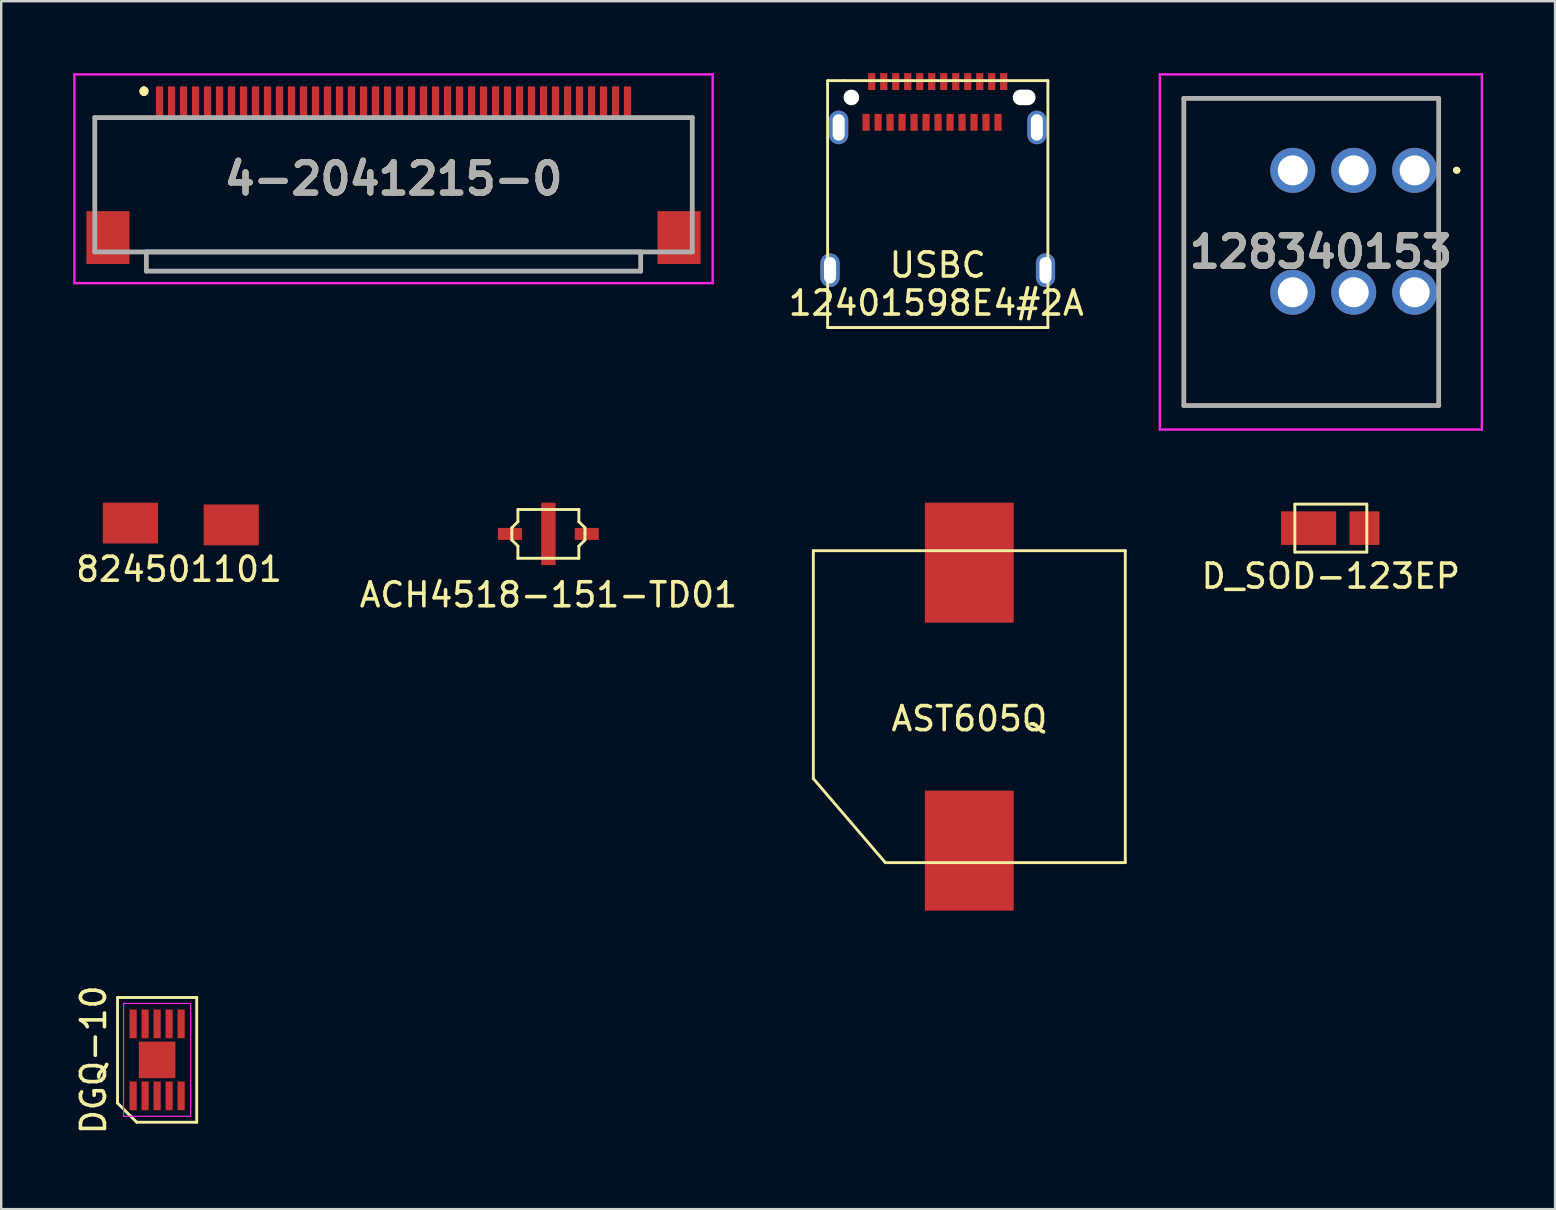
<source format=kicad_pcb>
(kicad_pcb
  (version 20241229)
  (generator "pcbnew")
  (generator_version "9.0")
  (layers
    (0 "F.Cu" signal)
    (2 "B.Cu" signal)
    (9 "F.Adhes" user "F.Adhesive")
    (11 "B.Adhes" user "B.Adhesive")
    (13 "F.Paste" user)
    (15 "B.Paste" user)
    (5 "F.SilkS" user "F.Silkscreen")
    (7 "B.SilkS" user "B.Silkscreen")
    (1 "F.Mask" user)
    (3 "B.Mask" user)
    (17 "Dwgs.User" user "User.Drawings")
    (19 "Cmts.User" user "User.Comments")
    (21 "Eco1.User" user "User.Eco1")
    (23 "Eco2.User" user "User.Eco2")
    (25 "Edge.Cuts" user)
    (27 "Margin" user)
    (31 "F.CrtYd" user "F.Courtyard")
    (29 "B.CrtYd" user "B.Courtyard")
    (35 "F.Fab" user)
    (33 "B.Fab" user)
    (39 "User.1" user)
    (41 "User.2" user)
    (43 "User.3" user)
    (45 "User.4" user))
  (footprint "D_SOD-123EP"
    (layer "F.Cu")
    (at 52.912 18.96)
    (property "Reference" "D_SOD-123EP" (at -0.5 2 0) (layer "F.SilkS") (effects (font (size 1 1) (thickness 0.15))))
    (attr through_hole)
    (fp_line (start -2 -1) (end 1 -1) (stroke (width 0.12) (type solid)) (layer "F.SilkS"))
    (fp_line (start -2 1) (end -2 -1) (stroke (width 0.12) (type solid)) (layer "F.SilkS"))
    (fp_line (start 1 -1) (end 1 1) (stroke (width 0.12) (type solid)) (layer "F.SilkS"))
    (fp_line (start 1 1) (end -2 1) (stroke (width 0.12) (type solid)) (layer "F.SilkS"))
    (pad "1" smd rect (at -1.425 0) (size 2.3 1.4) (layers "F.Cu" "F.Mask" "F.Paste"))
    (pad "2" smd rect (at 0.9 0) (size 1.25 1.4) (layers "F.Cu" "F.Mask" "F.Paste")))
  (footprint "DGQ-10"
    (layer "F.Cu")
    (at 3.498 41.12)
    (property "Reference" "DGQ-10" (at -2.65 0 90) (layer "F.SilkS") (effects (font (size 1 1) (thickness 0.15))))
    (attr smd)
    (fp_line (start -1.65 -2.6) (end 1.65 -2.6) (stroke (width 0.12) (type solid)) (layer "F.SilkS"))
    (fp_line (start -1.65 1.8) (end -1.65 -2.6) (stroke (width 0.12) (type solid)) (layer "F.SilkS"))
    (fp_line (start -0.85 2.6) (end -1.65 1.8) (stroke (width 0.12) (type solid)) (layer "F.SilkS"))
    (fp_line (start 1.65 -2.6) (end 1.65 2.6) (stroke (width 0.12) (type solid)) (layer "F.SilkS"))
    (fp_line (start 1.65 2.6) (end -0.85 2.6) (stroke (width 0.12) (type solid)) (layer "F.SilkS"))
    (fp_line (start -1.4 -2.35) (end 1.4 -2.35) (stroke (width 0.05) (type solid)) (layer "F.CrtYd"))
    (fp_line (start -1.4 2.35) (end -1.4 -2.35) (stroke (width 0.05) (type solid)) (layer "F.CrtYd"))
    (fp_line (start 1.4 -2.35) (end 1.4 2.35) (stroke (width 0.05) (type solid)) (layer "F.CrtYd"))
    (fp_line (start 1.4 2.35) (end -1.4 2.35) (stroke (width 0.05) (type solid)) (layer "F.CrtYd"))
    (pad "1" smd rect (at -1 1.5) (size 0.3 1.2) (layers "F.Cu" "F.Mask" "F.Paste"))
    (pad "2" smd rect (at -0.5 1.5) (size 0.3 1.2) (layers "F.Cu" "F.Mask" "F.Paste"))
    (pad "3" smd rect (at 0 1.5) (size 0.3 1.2) (layers "F.Cu" "F.Mask" "F.Paste"))
    (pad "4" smd rect (at 0.5 1.5) (size 0.3 1.2) (layers "F.Cu" "F.Mask" "F.Paste"))
    (pad "5" smd rect (at 1 1.5) (size 0.3 1.2) (layers "F.Cu" "F.Mask" "F.Paste"))
    (pad "6" smd rect (at 1 -1.5) (size 0.3 1.2) (layers "F.Cu" "F.Mask" "F.Paste"))
    (pad "7" smd rect (at 0.5 -1.5) (size 0.3 1.2) (layers "F.Cu" "F.Mask" "F.Paste"))
    (pad "8" smd rect (at 0 -1.5) (size 0.3 1.2) (layers "F.Cu" "F.Mask" "F.Paste"))
    (pad "9" smd rect (at -0.5 -1.5) (size 0.3 1.2) (layers "F.Cu" "F.Mask" "F.Paste"))
    (pad "10" smd rect (at -1 -1.5) (size 0.3 1.2) (layers "F.Cu" "F.Mask" "F.Paste"))
    (pad "11" smd rect (at 0 0) (size 1.524 1.524) (layers "F.Cu" "F.Mask" "F.Paste")))
  (footprint "824501101"
    (layer "F.Cu")
    (at 4.486 18.75)
    (property "Reference" "824501101" (at -0.075 1.925 0) (layer "F.SilkS") (effects (font (size 1 1) (thickness 0.15))))
    (attr through_hole)
    (pad "1" smd rect (at -2.1 0) (size 2.3 1.7) (layers "F.Cu" "F.Mask" "F.Paste"))
    (pad "2" smd rect (at 2.1 0.075) (size 2.3 1.7) (layers "F.Cu" "F.Mask" "F.Paste")))
  (footprint "4-2041215-0"
    (layer "F.Cu")
    (at 13.35 4.4)
    (property "Reference" "4-2041215-0" (at 0 0 0) (layer "F.SilkS") (effects (font (size 1.27 1.27) (thickness 0.254))))
    (attr smd)
    (fp_line (start -12.45 -2.55) (end -12.45 0.95) (stroke (width 0.1) (type solid)) (layer "F.SilkS"))
    (fp_line (start -10.5 -2.55) (end -12.45 -2.55) (stroke (width 0.1) (type solid)) (layer "F.SilkS"))
    (fp_line (start -10.4 -3.75) (end -10.4 -3.75) (stroke (width 0.2) (type solid)) (layer "F.SilkS"))
    (fp_line (start -10.4 -3.55) (end -10.4 -3.55) (stroke (width 0.2) (type solid)) (layer "F.SilkS"))
    (fp_line (start -10 3.05) (end 10 3.05) (stroke (width 0.1) (type solid)) (layer "F.SilkS"))
    (fp_line (start 10.5 -2.55) (end 12.45 -2.55) (stroke (width 0.1) (type solid)) (layer "F.SilkS"))
    (fp_line (start 12.45 -2.55) (end 12.45 0.95) (stroke (width 0.1) (type solid)) (layer "F.SilkS"))
    (fp_arc (start -10.4 -3.75) (mid -10.3 -3.65) (end -10.4 -3.55) (stroke (width 0.2) (type solid)) (layer "F.SilkS"))
    (fp_arc (start -10.4 -3.55) (mid -10.5 -3.65) (end -10.4 -3.75) (stroke (width 0.2) (type solid)) (layer "F.SilkS"))
    (fp_line (start -13.3 -4.35) (end 13.3 -4.35) (stroke (width 0.1) (type solid)) (layer "F.CrtYd"))
    (fp_line (start -13.3 4.35) (end -13.3 -4.35) (stroke (width 0.1) (type solid)) (layer "F.CrtYd"))
    (fp_line (start 13.3 -4.35) (end 13.3 4.35) (stroke (width 0.1) (type solid)) (layer "F.CrtYd"))
    (fp_line (start 13.3 4.35) (end -13.3 4.35) (stroke (width 0.1) (type solid)) (layer "F.CrtYd"))
    (fp_line (start -12.45 -2.55) (end 12.45 -2.55) (stroke (width 0.2) (type solid)) (layer "F.Fab"))
    (fp_line (start -12.45 3.05) (end -12.45 -2.55) (stroke (width 0.2) (type solid)) (layer "F.Fab"))
    (fp_line (start -10.3 3.05) (end 10.3 3.05) (stroke (width 0.2) (type solid)) (layer "F.Fab"))
    (fp_line (start -10.3 3.85) (end -10.3 3.05) (stroke (width 0.2) (type solid)) (layer "F.Fab"))
    (fp_line (start 10.3 3.05) (end 10.3 3.85) (stroke (width 0.2) (type solid)) (layer "F.Fab"))
    (fp_line (start 10.3 3.85) (end -10.3 3.85) (stroke (width 0.2) (type solid)) (layer "F.Fab"))
    (fp_line (start 12.45 -2.55) (end 12.45 3.05) (stroke (width 0.2) (type solid)) (layer "F.Fab"))
    (fp_line (start 12.45 3.05) (end -12.45 3.05) (stroke (width 0.2) (type solid)) (layer "F.Fab"))
    (fp_text user "${REFERENCE}" (at 0 0 0) (layer "F.Fab") (effects (font (size 1.27 1.27) (thickness 0.254))))
    (pad "1" smd rect (at -9.75 -3.2) (size 0.3 1.3) (layers "F.Cu" "F.Mask" "F.Paste"))
    (pad "2" smd rect (at -9.25 -3.2) (size 0.3 1.3) (layers "F.Cu" "F.Mask" "F.Paste"))
    (pad "3" smd rect (at -8.75 -3.2) (size 0.3 1.3) (layers "F.Cu" "F.Mask" "F.Paste"))
    (pad "4" smd rect (at -8.25 -3.2) (size 0.3 1.3) (layers "F.Cu" "F.Mask" "F.Paste"))
    (pad "5" smd rect (at -7.75 -3.2) (size 0.3 1.3) (layers "F.Cu" "F.Mask" "F.Paste"))
    (pad "6" smd rect (at -7.25 -3.2) (size 0.3 1.3) (layers "F.Cu" "F.Mask" "F.Paste"))
    (pad "7" smd rect (at -6.75 -3.2) (size 0.3 1.3) (layers "F.Cu" "F.Mask" "F.Paste"))
    (pad "8" smd rect (at -6.25 -3.2) (size 0.3 1.3) (layers "F.Cu" "F.Mask" "F.Paste"))
    (pad "9" smd rect (at -5.75 -3.2) (size 0.3 1.3) (layers "F.Cu" "F.Mask" "F.Paste"))
    (pad "10" smd rect (at -5.25 -3.2) (size 0.3 1.3) (layers "F.Cu" "F.Mask" "F.Paste"))
    (pad "11" smd rect (at -4.75 -3.2) (size 0.3 1.3) (layers "F.Cu" "F.Mask" "F.Paste"))
    (pad "12" smd rect (at -4.25 -3.2) (size 0.3 1.3) (layers "F.Cu" "F.Mask" "F.Paste"))
    (pad "13" smd rect (at -3.75 -3.2) (size 0.3 1.3) (layers "F.Cu" "F.Mask" "F.Paste"))
    (pad "14" smd rect (at -3.25 -3.2) (size 0.3 1.3) (layers "F.Cu" "F.Mask" "F.Paste"))
    (pad "15" smd rect (at -2.75 -3.2) (size 0.3 1.3) (layers "F.Cu" "F.Mask" "F.Paste"))
    (pad "16" smd rect (at -2.25 -3.2) (size 0.3 1.3) (layers "F.Cu" "F.Mask" "F.Paste"))
    (pad "17" smd rect (at -1.75 -3.2) (size 0.3 1.3) (layers "F.Cu" "F.Mask" "F.Paste"))
    (pad "18" smd rect (at -1.25 -3.2) (size 0.3 1.3) (layers "F.Cu" "F.Mask" "F.Paste"))
    (pad "19" smd rect (at -0.75 -3.2) (size 0.3 1.3) (layers "F.Cu" "F.Mask" "F.Paste"))
    (pad "20" smd rect (at -0.25 -3.2) (size 0.3 1.3) (layers "F.Cu" "F.Mask" "F.Paste"))
    (pad "21" smd rect (at 0.25 -3.2) (size 0.3 1.3) (layers "F.Cu" "F.Mask" "F.Paste"))
    (pad "22" smd rect (at 0.75 -3.2) (size 0.3 1.3) (layers "F.Cu" "F.Mask" "F.Paste"))
    (pad "23" smd rect (at 1.25 -3.2) (size 0.3 1.3) (layers "F.Cu" "F.Mask" "F.Paste"))
    (pad "24" smd rect (at 1.75 -3.2) (size 0.3 1.3) (layers "F.Cu" "F.Mask" "F.Paste"))
    (pad "25" smd rect (at 2.25 -3.2) (size 0.3 1.3) (layers "F.Cu" "F.Mask" "F.Paste"))
    (pad "26" smd rect (at 2.75 -3.2) (size 0.3 1.3) (layers "F.Cu" "F.Mask" "F.Paste"))
    (pad "27" smd rect (at 3.25 -3.2) (size 0.3 1.3) (layers "F.Cu" "F.Mask" "F.Paste"))
    (pad "28" smd rect (at 3.75 -3.2) (size 0.3 1.3) (layers "F.Cu" "F.Mask" "F.Paste"))
    (pad "29" smd rect (at 4.25 -3.2) (size 0.3 1.3) (layers "F.Cu" "F.Mask" "F.Paste"))
    (pad "30" smd rect (at 4.75 -3.2) (size 0.3 1.3) (layers "F.Cu" "F.Mask" "F.Paste"))
    (pad "31" smd rect (at 5.25 -3.2) (size 0.3 1.3) (layers "F.Cu" "F.Mask" "F.Paste"))
    (pad "32" smd rect (at 5.75 -3.2) (size 0.3 1.3) (layers "F.Cu" "F.Mask" "F.Paste"))
    (pad "33" smd rect (at 6.25 -3.2) (size 0.3 1.3) (layers "F.Cu" "F.Mask" "F.Paste"))
    (pad "34" smd rect (at 6.75 -3.2) (size 0.3 1.3) (layers "F.Cu" "F.Mask" "F.Paste"))
    (pad "35" smd rect (at 7.25 -3.2) (size 0.3 1.3) (layers "F.Cu" "F.Mask" "F.Paste"))
    (pad "36" smd rect (at 7.75 -3.2) (size 0.3 1.3) (layers "F.Cu" "F.Mask" "F.Paste"))
    (pad "37" smd rect (at 8.25 -3.2) (size 0.3 1.3) (layers "F.Cu" "F.Mask" "F.Paste"))
    (pad "38" smd rect (at 8.75 -3.2) (size 0.3 1.3) (layers "F.Cu" "F.Mask" "F.Paste"))
    (pad "39" smd rect (at 9.25 -3.2) (size 0.3 1.3) (layers "F.Cu" "F.Mask" "F.Paste"))
    (pad "40" smd rect (at 9.75 -3.2) (size 0.3 1.3) (layers "F.Cu" "F.Mask" "F.Paste"))
    (pad "MP1" smd rect (at -11.9 2.45) (size 1.8 2.2) (layers "F.Cu" "F.Mask" "F.Paste"))
    (pad "MP2" smd rect (at 11.9 2.45) (size 1.8 2.2) (layers "F.Cu" "F.Mask" "F.Paste")))
  (footprint "AST605Q"
    (layer "F.Cu")
    (at 37.346 26.4)
    (property "Reference" "AST605Q" (at 0 0.5 0) (layer "F.SilkS") (effects (font (size 1 1) (thickness 0.15))))
    (attr through_hole)
    (fp_line (start -6.5 -6.5) (end 6.5 -6.5) (stroke (width 0.12) (type solid)) (layer "F.SilkS"))
    (fp_line (start -6.5 3) (end -6.5 -6.5) (stroke (width 0.12) (type solid)) (layer "F.SilkS"))
    (fp_line (start -3.5 6.5) (end -6.5 3) (stroke (width 0.12) (type solid)) (layer "F.SilkS"))
    (fp_line (start -3.5 6.5) (end 6.5 6.5) (stroke (width 0.12) (type solid)) (layer "F.SilkS"))
    (fp_line (start 6.5 -6.5) (end 6.5 6.5) (stroke (width 0.12) (type solid)) (layer "F.SilkS"))
    (pad "1" smd rect (at 0 -6) (size 3.7 5) (layers "F.Cu" "F.Mask" "F.Paste"))
    (pad "2" smd rect (at 0 6) (size 3.7 5) (layers "F.Cu" "F.Mask" "F.Paste")))
  (footprint "128340153"
    (layer "F.Cu")
    (at 55.906 4.05)
    (property "Reference" "128340153" (at -3.91 3.4 0) (layer "F.SilkS") (effects (font (size 1.27 1.27) (thickness 0.254))))
    (attr through_hole)
    (fp_line (start -9.62 -3) (end -9.62 9.8) (stroke (width 0.1) (type solid)) (layer "F.SilkS"))
    (fp_line (start -9.62 9.8) (end 1 9.8) (stroke (width 0.1) (type solid)) (layer "F.SilkS"))
    (fp_line (start 1 -3) (end -9.62 -3) (stroke (width 0.1) (type solid)) (layer "F.SilkS"))
    (fp_line (start 1 -1.5) (end 1 -3) (stroke (width 0.1) (type solid)) (layer "F.SilkS"))
    (fp_line (start 1 9.8) (end 1 6.75) (stroke (width 0.1) (type solid)) (layer "F.SilkS"))
    (fp_line (start 1.7 0) (end 1.7 0) (stroke (width 0.2) (type solid)) (layer "F.SilkS"))
    (fp_line (start 1.8 0) (end 1.8 0) (stroke (width 0.2) (type solid)) (layer "F.SilkS"))
    (fp_line (start 1.8 0) (end 1.8 0) (stroke (width 0.2) (type solid)) (layer "F.SilkS"))
    (fp_arc (start 1.7 0) (mid 1.75 -0.05) (end 1.8 0) (stroke (width 0.2) (type solid)) (layer "F.SilkS"))
    (fp_arc (start 1.7 0) (mid 1.75 -0.05) (end 1.8 0) (stroke (width 0.2) (type solid)) (layer "F.SilkS"))
    (fp_arc (start 1.8 0) (mid 1.75 0.05) (end 1.7 0) (stroke (width 0.2) (type solid)) (layer "F.SilkS"))
    (fp_line (start -10.62 -4) (end 2.8 -4) (stroke (width 0.1) (type solid)) (layer "F.CrtYd"))
    (fp_line (start -10.62 10.8) (end -10.62 -4) (stroke (width 0.1) (type solid)) (layer "F.CrtYd"))
    (fp_line (start 2.8 -4) (end 2.8 10.8) (stroke (width 0.1) (type solid)) (layer "F.CrtYd"))
    (fp_line (start 2.8 10.8) (end -10.62 10.8) (stroke (width 0.1) (type solid)) (layer "F.CrtYd"))
    (fp_line (start -9.62 -3) (end -9.62 9.8) (stroke (width 0.2) (type solid)) (layer "F.Fab"))
    (fp_line (start -9.62 9.8) (end 1 9.8) (stroke (width 0.2) (type solid)) (layer "F.Fab"))
    (fp_line (start 1 -3) (end -9.62 -3) (stroke (width 0.2) (type solid)) (layer "F.Fab"))
    (fp_line (start 1 9.8) (end 1 -3) (stroke (width 0.2) (type solid)) (layer "F.Fab"))
    (fp_text user "${REFERENCE}" (at -3.91 3.4 0) (layer "F.Fab") (effects (font (size 1.27 1.27) (thickness 0.254))))
    (pad "1" thru_hole circle (at 0 0) (size 1.875 1.875) (drill 1.25) (layers "*.Cu" "*.Mask"))
    (pad "1" thru_hole circle (at 0 5.08) (size 1.875 1.875) (drill 1.25) (layers "*.Cu" "*.Mask"))
    (pad "2" thru_hole circle (at -2.54 0) (size 1.875 1.875) (drill 1.25) (layers "*.Cu" "*.Mask"))
    (pad "2" thru_hole circle (at -2.54 5.08) (size 1.875 1.875) (drill 1.25) (layers "*.Cu" "*.Mask"))
    (pad "3" thru_hole circle (at -5.08 0) (size 1.875 1.875) (drill 1.25) (layers "*.Cu" "*.Mask"))
    (pad "3" thru_hole circle (at -5.08 5.08) (size 1.875 1.875) (drill 1.25) (layers "*.Cu" "*.Mask")))
  (footprint "ACH4518-151-TD01"
    (layer "F.Cu")
    (at 19.804 19.2)
    (property "Reference" "ACH4518-151-TD01" (at 0 2.54 0) (layer "F.SilkS") (effects (font (size 1 1) (thickness 0.15))))
    (attr through_hole)
    (fp_line (start -1.524 -0.254) (end -1.27 -0.508) (stroke (width 0.12) (type solid)) (layer "F.SilkS"))
    (fp_line (start -1.524 0) (end -1.524 -0.254) (stroke (width 0.12) (type solid)) (layer "F.SilkS"))
    (fp_line (start -1.524 0.254) (end -1.524 0) (stroke (width 0.12) (type solid)) (layer "F.SilkS"))
    (fp_line (start -1.27 -1.016) (end 1.27 -1.016) (stroke (width 0.12) (type solid)) (layer "F.SilkS"))
    (fp_line (start -1.27 -0.508) (end -1.27 -1.016) (stroke (width 0.12) (type solid)) (layer "F.SilkS"))
    (fp_line (start -1.27 0.508) (end -1.524 0.254) (stroke (width 0.12) (type solid)) (layer "F.SilkS"))
    (fp_line (start -1.27 1.016) (end -1.27 0.508) (stroke (width 0.12) (type solid)) (layer "F.SilkS"))
    (fp_line (start 1.27 -1.016) (end 1.27 -0.508) (stroke (width 0.12) (type solid)) (layer "F.SilkS"))
    (fp_line (start 1.27 -0.508) (end 1.524 -0.254) (stroke (width 0.12) (type solid)) (layer "F.SilkS"))
    (fp_line (start 1.27 0.508) (end 1.27 1.016) (stroke (width 0.12) (type solid)) (layer "F.SilkS"))
    (fp_line (start 1.27 1.016) (end -1.27 1.016) (stroke (width 0.12) (type solid)) (layer "F.SilkS"))
    (fp_line (start 1.524 -0.254) (end 1.524 0) (stroke (width 0.12) (type solid)) (layer "F.SilkS"))
    (fp_line (start 1.524 0) (end 1.524 0.254) (stroke (width 0.12) (type solid)) (layer "F.SilkS"))
    (fp_line (start 1.524 0.254) (end 1.27 0.508) (stroke (width 0.12) (type solid)) (layer "F.SilkS"))
    (pad "1" smd rect (at -1.6 0) (size 1 0.5) (layers "F.Cu" "F.Mask" "F.Paste"))
    (pad "2" smd rect (at 0 0) (size 0.6 2.6) (layers "F.Cu" "F.Mask" "F.Paste"))
    (pad "3" smd rect (at 1.6 0) (size 1 0.5) (layers "F.Cu" "F.Mask" "F.Paste")))
  (footprint "12401598E4#2A"
    (layer "F.Cu")
    (at 36.031 1.01)
    (property "Reference" "12401598E4#2A" (at -0.064 8.572 0) (layer "F.SilkS") (effects (font (size 1 1) (thickness 0.15))))
    (attr through_hole)
    (fp_line (start -4.59 -0.699) (end -3.937 -0.699) (stroke (width 0.12) (type solid)) (layer "F.SilkS"))
    (fp_line (start -4.59 9.59) (end -4.59 -0.699) (stroke (width 0.12) (type solid)) (layer "F.SilkS"))
    (fp_line (start -4.59 9.59) (end 4.59 9.59) (stroke (width 0.12) (type solid)) (layer "F.SilkS"))
    (fp_line (start 4.59 -0.699) (end -3.937 -0.699) (stroke (width 0.12) (type solid)) (layer "F.SilkS"))
    (fp_line (start 4.59 9.59) (end 4.59 -0.699) (stroke (width 0.12) (type solid)) (layer "F.SilkS"))
    (fp_text user "USBC" (at 0 6.985 0) (layer "F.SilkS") (effects (font (size 1 1) (thickness 0.15))))
    (pad "" np_thru_hole circle (at -3.6 0 180) (size 0.65 0.65) (drill 0.65) (layers "*.Cu" "*.Mask"))
    (pad "" np_thru_hole oval (at 3.6 0 180) (size 0.95 0.65) (drill oval 0.95 0.65) (layers "*.Cu"))
    (pad "A1" smd rect (at -2.75 -0.66) (size 0.3 0.7) (layers "F.Cu" "F.Mask" "F.Paste"))
    (pad "A2" smd rect (at -2.25 -0.66) (size 0.3 0.7) (layers "F.Cu" "F.Mask" "F.Paste"))
    (pad "A3" smd rect (at -1.75 -0.66) (size 0.3 0.7) (layers "F.Cu" "F.Mask" "F.Paste"))
    (pad "A4" smd rect (at -1.25 -0.66) (size 0.3 0.7) (layers "F.Cu" "F.Mask" "F.Paste"))
    (pad "A5" smd rect (at -0.75 -0.66) (size 0.3 0.7) (layers "F.Cu" "F.Mask" "F.Paste"))
    (pad "A6" smd rect (at -0.25 -0.66) (size 0.3 0.7) (layers "F.Cu" "F.Mask" "F.Paste"))
    (pad "A7" smd rect (at 0.25 -0.66) (size 0.3 0.7) (layers "F.Cu" "F.Mask" "F.Paste"))
    (pad "A8" smd rect (at 0.75 -0.66) (size 0.3 0.7) (layers "F.Cu" "F.Mask" "F.Paste"))
    (pad "A9" smd rect (at 1.25 -0.66) (size 0.3 0.7) (layers "F.Cu" "F.Mask" "F.Paste"))
    (pad "A10" smd rect (at 1.75 -0.66) (size 0.3 0.7) (layers "F.Cu" "F.Mask" "F.Paste"))
    (pad "A11" smd rect (at 2.25 -0.66) (size 0.3 0.7) (layers "F.Cu" "F.Mask" "F.Paste"))
    (pad "A12" smd rect (at 2.75 -0.66) (size 0.3 0.7) (layers "F.Cu" "F.Mask" "F.Paste"))
    (pad "B1" smd rect (at 2.512 1.04 180) (size 0.3 0.7) (layers "F.Cu" "F.Mask" "F.Paste"))
    (pad "B2" smd rect (at 2.012 1.04 180) (size 0.3 0.7) (layers "F.Cu" "F.Mask" "F.Paste"))
    (pad "B3" smd rect (at 1.512 1.04 180) (size 0.3 0.7) (layers "F.Cu" "F.Mask" "F.Paste"))
    (pad "B4" smd rect (at 1.012 1.04 180) (size 0.3 0.7) (layers "F.Cu" "F.Mask" "F.Paste"))
    (pad "B5" smd rect (at 0.512 1.04 180) (size 0.3 0.7) (layers "F.Cu" "F.Mask" "F.Paste"))
    (pad "B6" smd rect (at 0.012 1.04 180) (size 0.3 0.7) (layers "F.Cu" "F.Mask" "F.Paste"))
    (pad "B7" smd rect (at -0.488 1.04 180) (size 0.3 0.7) (layers "F.Cu" "F.Mask" "F.Paste"))
    (pad "B8" smd rect (at -0.988 1.04 180) (size 0.3 0.7) (layers "F.Cu" "F.Mask" "F.Paste"))
    (pad "B9" smd rect (at -1.488 1.04 180) (size 0.3 0.7) (layers "F.Cu" "F.Mask" "F.Paste"))
    (pad "B10" smd rect (at -1.988 1.04 180) (size 0.3 0.7) (layers "F.Cu" "F.Mask" "F.Paste"))
    (pad "B11" smd rect (at -2.488 1.04 180) (size 0.3 0.7) (layers "F.Cu" "F.Mask" "F.Paste"))
    (pad "B12" smd rect (at -2.988 1.04 180) (size 0.3 0.7) (layers "F.Cu" "F.Mask" "F.Paste"))
    (pad "S1" thru_hole oval (at -4.49 7.2 180) (size 0.8 1.4) (drill oval 0.5 1.1) (layers "*.Cu" "*.Mask"))
    (pad "S1" thru_hole oval (at -4.13 1.25 180) (size 0.8 1.4) (drill oval 0.5 1.1) (layers "*.Cu" "*.Mask"))
    (pad "S1" thru_hole oval (at 4.13 1.25 180) (size 0.8 1.4) (drill oval 0.5 1.1) (layers "*.Cu" "*.Mask"))
    (pad "S1" thru_hole oval (at 4.49 7.2 180) (size 0.8 1.4) (drill oval 0.5 1.1) (layers "*.Cu" "*.Mask")))
  (gr_rect
    (start -3 -3)
    (end 61.756 47.34)
    (stroke (width 0.1) (type default))
    (fill no)
    (layer "Edge.Cuts")))
</source>
